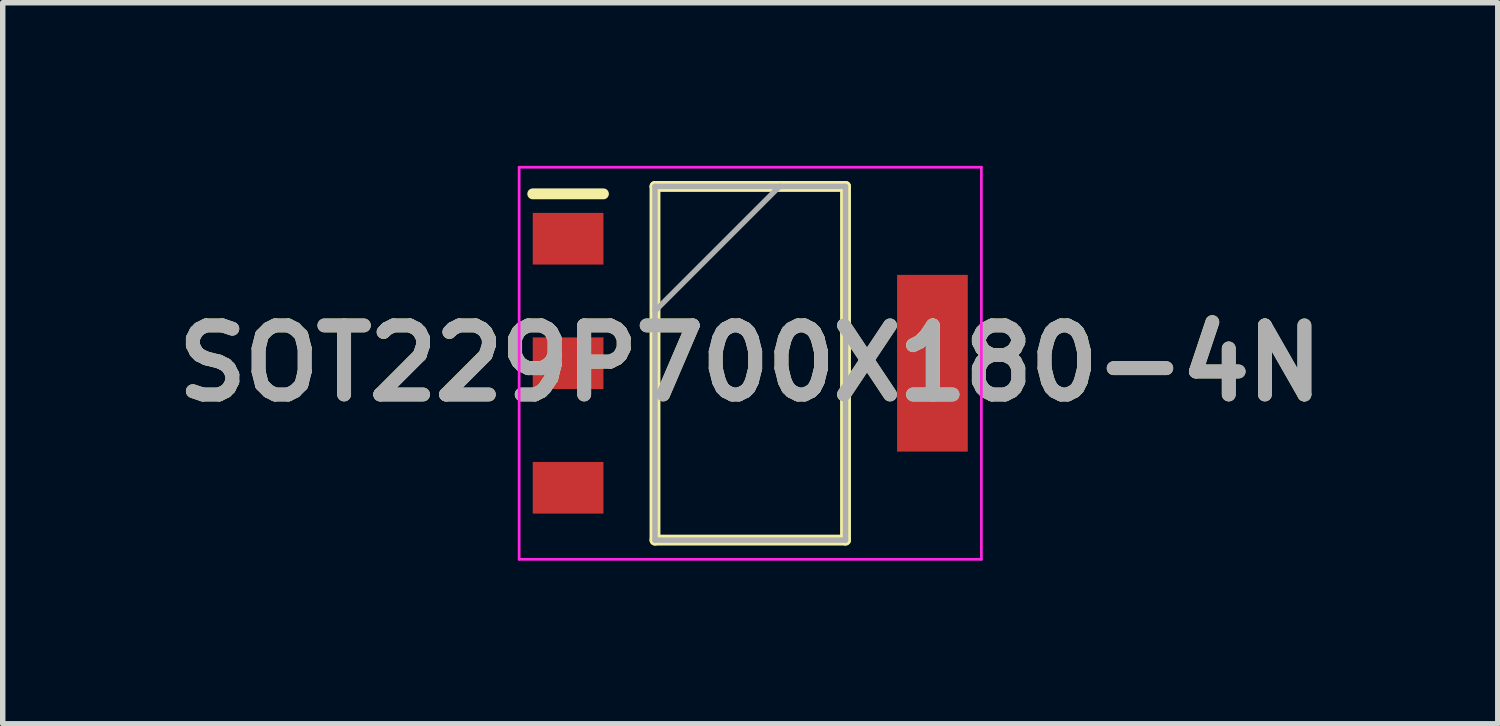
<source format=kicad_pcb>
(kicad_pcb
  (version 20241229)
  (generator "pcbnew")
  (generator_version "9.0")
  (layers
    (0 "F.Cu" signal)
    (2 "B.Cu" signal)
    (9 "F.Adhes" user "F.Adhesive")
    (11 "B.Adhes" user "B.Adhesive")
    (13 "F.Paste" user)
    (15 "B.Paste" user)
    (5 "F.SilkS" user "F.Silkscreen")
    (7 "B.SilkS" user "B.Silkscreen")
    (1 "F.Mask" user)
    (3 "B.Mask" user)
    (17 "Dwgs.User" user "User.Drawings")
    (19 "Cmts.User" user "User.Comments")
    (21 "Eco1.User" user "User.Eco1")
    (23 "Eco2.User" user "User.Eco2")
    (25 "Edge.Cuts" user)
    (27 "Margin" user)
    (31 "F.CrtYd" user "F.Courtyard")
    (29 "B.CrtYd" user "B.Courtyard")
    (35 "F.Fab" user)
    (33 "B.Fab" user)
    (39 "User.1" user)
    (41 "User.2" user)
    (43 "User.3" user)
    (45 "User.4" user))
  (footprint "SOT229P700X180-4N"
    (layer "F.Cu")
    (at 10.747 3.63)
    (property "Reference" "SOT229P700X180-4N" (at 0 0 0) (layer "F.SilkS") (effects (font (size 1.27 1.27) (thickness 0.254))))
    (attr smd)
    (fp_line (start -4 -3.115) (end -2.7 -3.115) (stroke (width 0.2) (type solid)) (layer "F.SilkS"))
    (fp_line (start -1.752 -3.252) (end 1.752 -3.252) (stroke (width 0.2) (type solid)) (layer "F.SilkS"))
    (fp_line (start -1.752 3.252) (end -1.752 -3.252) (stroke (width 0.2) (type solid)) (layer "F.SilkS"))
    (fp_line (start 1.752 -3.252) (end 1.752 3.252) (stroke (width 0.2) (type solid)) (layer "F.SilkS"))
    (fp_line (start 1.752 3.252) (end -1.752 3.252) (stroke (width 0.2) (type solid)) (layer "F.SilkS"))
    (fp_line (start -4.25 -3.605) (end 4.25 -3.605) (stroke (width 0.05) (type solid)) (layer "F.CrtYd"))
    (fp_line (start -4.25 3.605) (end -4.25 -3.605) (stroke (width 0.05) (type solid)) (layer "F.CrtYd"))
    (fp_line (start 4.25 -3.605) (end 4.25 3.605) (stroke (width 0.05) (type solid)) (layer "F.CrtYd"))
    (fp_line (start 4.25 3.605) (end -4.25 3.605) (stroke (width 0.05) (type solid)) (layer "F.CrtYd"))
    (fp_line (start -1.752 -3.252) (end 1.752 -3.252) (stroke (width 0.1) (type solid)) (layer "F.Fab"))
    (fp_line (start -1.752 -0.962) (end 0.538 -3.252) (stroke (width 0.1) (type solid)) (layer "F.Fab"))
    (fp_line (start -1.752 3.252) (end -1.752 -3.252) (stroke (width 0.1) (type solid)) (layer "F.Fab"))
    (fp_line (start 1.752 -3.252) (end 1.752 3.252) (stroke (width 0.1) (type solid)) (layer "F.Fab"))
    (fp_line (start 1.752 3.252) (end -1.752 3.252) (stroke (width 0.1) (type solid)) (layer "F.Fab"))
    (fp_text user "${REFERENCE}" (at 0 0 0) (layer "F.Fab") (effects (font (size 1.27 1.27) (thickness 0.254))))
    (pad "1" smd rect (at -3.35 -2.29 90) (size 0.95 1.3) (layers "F.Cu" "F.Mask" "F.Paste"))
    (pad "2" smd rect (at -3.35 0 90) (size 0.95 1.3) (layers "F.Cu" "F.Mask" "F.Paste"))
    (pad "3" smd rect (at -3.35 2.29 90) (size 0.95 1.3) (layers "F.Cu" "F.Mask" "F.Paste"))
    (pad "4" smd rect (at 3.35 0) (size 1.3 3.25) (layers "F.Cu" "F.Mask" "F.Paste")))
  (gr_rect
    (start -3 -3)
    (end 24.493 10.26)
    (stroke (width 0.1) (type default))
    (fill no)
    (layer "Edge.Cuts")))
</source>
